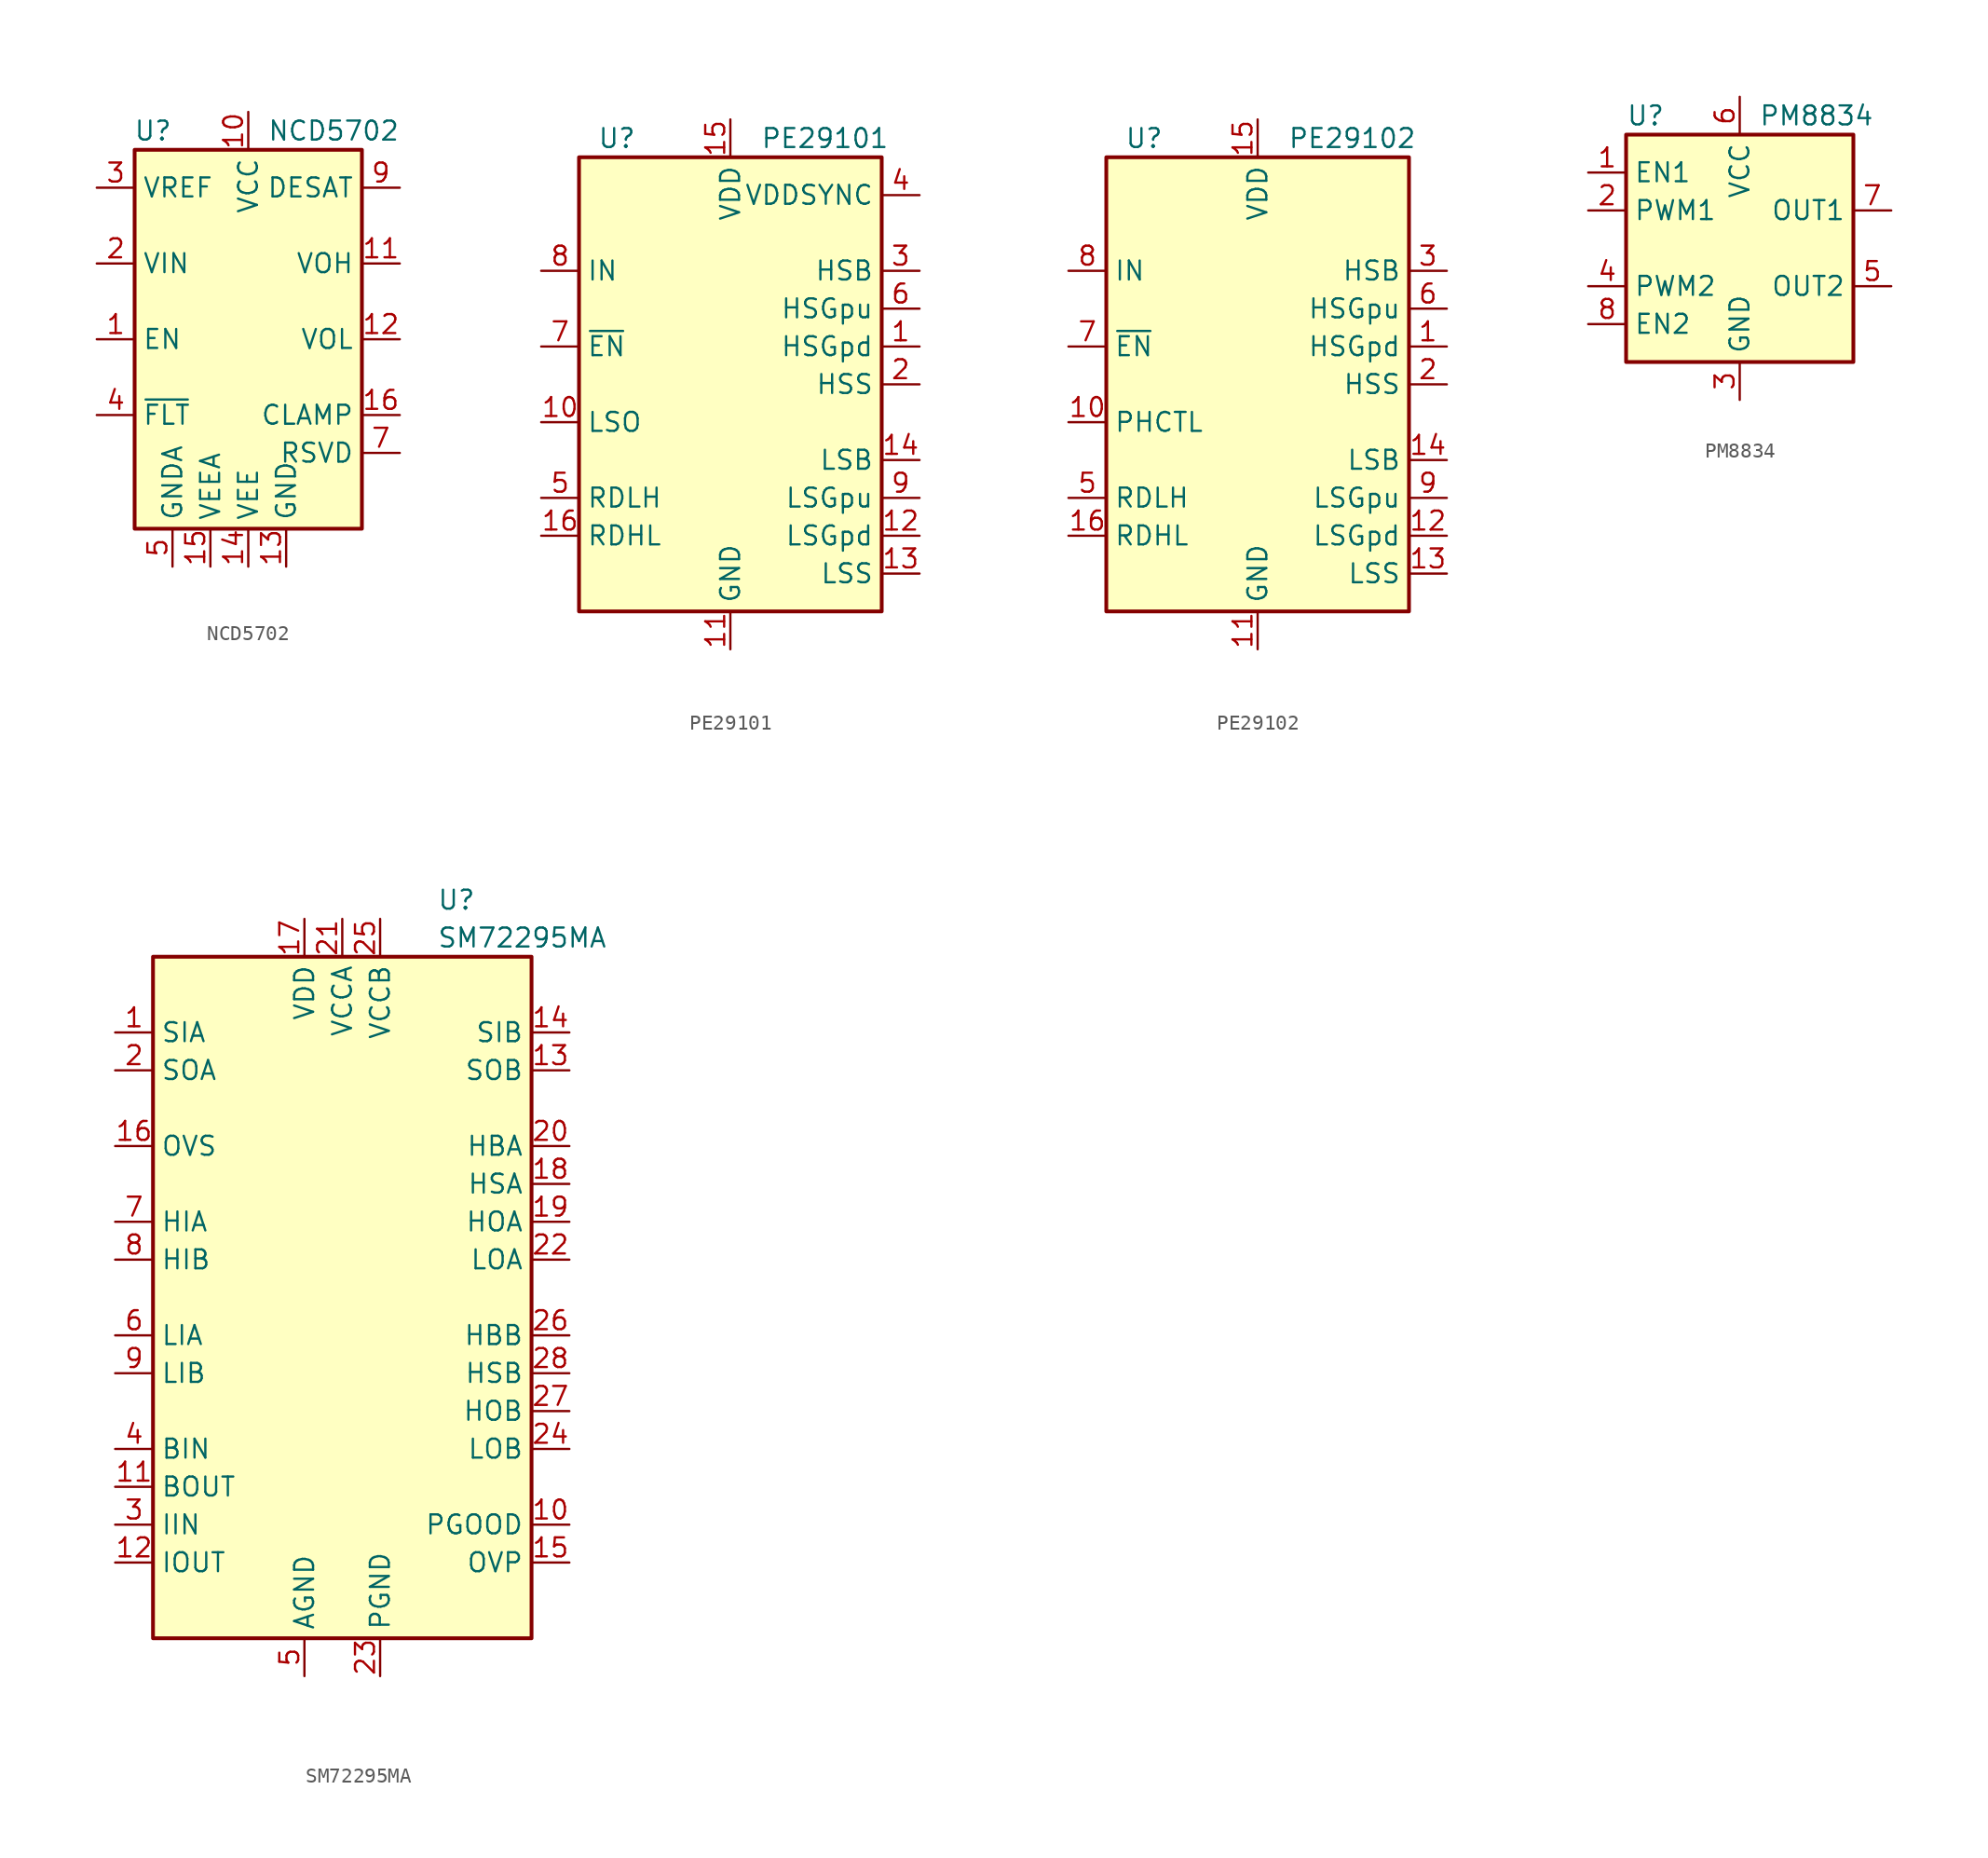
<source format=kicad_sym>
(kicad_symbol_lib
  (version 20241209)
  (generator "kicad_symbol_editor")
  (generator_version "9.0")
  (symbol "NCD5702"
    (property "Reference" "U"
      (at -5.08 13.97 0)
      (effects (font (size 1.27 1.27)) (justify right)))
    (property "Value" "NCD5702"
      (at 1.27 13.97 0)
      (effects (font (size 1.27 1.27)) (justify left)))
    (symbol "NCD5702_0_1"
      (rectangle (start -7.62 12.7) (end 7.62 -12.7) (stroke (width 0.254) (type default)) (fill (type background))))
    (symbol "NCD5702_1_1"
      (pin power_out line (at -10.16 10.16 0) (length 2.54) (name "VREF" (effects (font (size 1.27 1.27)))) (number "3" (effects (font (size 1.27 1.27)))))
      (pin input line (at -10.16 5.08 0) (length 2.54) (name "VIN" (effects (font (size 1.27 1.27)))) (number "2" (effects (font (size 1.27 1.27)))))
      (pin input line (at -10.16 0 0) (length 2.54) (name "EN" (effects (font (size 1.27 1.27)))) (number "1" (effects (font (size 1.27 1.27)))))
      (pin open_collector line (at -10.16 -5.08 0) (length 2.54) (name "~{FLT}" (effects (font (size 1.27 1.27)))) (number "4" (effects (font (size 1.27 1.27)))))
      (pin no_connect line (at -7.62 7.62 0) (length 2.54) (hide yes) (name "NC" (effects (font (size 1.27 1.27)))) (number "6" (effects (font (size 1.27 1.27)))))
      (pin no_connect line (at -7.62 2.54 0) (length 2.54) (hide yes) (name "NC" (effects (font (size 1.27 1.27)))) (number "8" (effects (font (size 1.27 1.27)))))
      (pin power_in line (at -5.08 -15.24 90) (length 2.54) (name "GNDA" (effects (font (size 1.27 1.27)))) (number "5" (effects (font (size 1.27 1.27)))))
      (pin power_in line (at -2.54 -15.24 90) (length 2.54) (name "VEEA" (effects (font (size 1.27 1.27)))) (number "15" (effects (font (size 1.27 1.27)))))
      (pin power_in line (at 0 15.24 270) (length 2.54) (name "VCC" (effects (font (size 1.27 1.27)))) (number "10" (effects (font (size 1.27 1.27)))))
      (pin power_in line (at 0 -15.24 90) (length 2.54) (name "VEE" (effects (font (size 1.27 1.27)))) (number "14" (effects (font (size 1.27 1.27)))))
      (pin power_in line (at 2.54 -15.24 90) (length 2.54) (name "GND" (effects (font (size 1.27 1.27)))) (number "13" (effects (font (size 1.27 1.27)))))
      (pin input line (at 10.16 10.16 180) (length 2.54) (name "DESAT" (effects (font (size 1.27 1.27)))) (number "9" (effects (font (size 1.27 1.27)))))
      (pin open_emitter line (at 10.16 5.08 180) (length 2.54) (name "VOH" (effects (font (size 1.27 1.27)))) (number "11" (effects (font (size 1.27 1.27)))))
      (pin open_collector line (at 10.16 0 180) (length 2.54) (name "VOL" (effects (font (size 1.27 1.27)))) (number "12" (effects (font (size 1.27 1.27)))))
      (pin open_collector line (at 10.16 -5.08 180) (length 2.54) (name "CLAMP" (effects (font (size 1.27 1.27)))) (number "16" (effects (font (size 1.27 1.27)))))
      (pin passive line (at 10.16 -7.62 180) (length 2.54) (name "RSVD" (effects (font (size 1.27 1.27)))) (number "7" (effects (font (size 1.27 1.27)))))))
  (symbol "PE29101"
    (property "Reference" "U"
      (at -7.62 16.51 0)
      (effects (font (size 1.27 1.27))))
    (property "Value" "PE29101"
      (at 6.35 16.51 0)
      (effects (font (size 1.27 1.27))))
    (symbol "PE29101_0_1"
      (rectangle (start 10.16 15.24) (end -10.16 -15.24) (stroke (width 0.254) (type default)) (fill (type background))))
    (symbol "PE29101_1_1"
      (pin input line (at -12.7 7.62 0) (length 2.54) (name "IN" (effects (font (size 1.27 1.27)))) (number "8" (effects (font (size 1.27 1.27)))))
      (pin input line (at -12.7 2.54 0) (length 2.54) (name "~{EN}" (effects (font (size 1.27 1.27)))) (number "7" (effects (font (size 1.27 1.27)))))
      (pin output line (at -12.7 -2.54 0) (length 2.54) (name "LSO" (effects (font (size 1.27 1.27)))) (number "10" (effects (font (size 1.27 1.27)))))
      (pin passive line (at -12.7 -7.62 0) (length 2.54) (name "RDLH" (effects (font (size 1.27 1.27)))) (number "5" (effects (font (size 1.27 1.27)))))
      (pin passive line (at -12.7 -10.16 0) (length 2.54) (name "RDHL" (effects (font (size 1.27 1.27)))) (number "16" (effects (font (size 1.27 1.27)))))
      (pin power_in line (at 0 17.78 270) (length 2.54) (name "VDD" (effects (font (size 1.27 1.27)))) (number "15" (effects (font (size 1.27 1.27)))))
      (pin power_in line (at 0 -17.78 90) (length 2.54) (name "GND" (effects (font (size 1.27 1.27)))) (number "11" (effects (font (size 1.27 1.27)))))
      (pin passive line (at 12.7 12.7 180) (length 2.54) (name "VDDSYNC" (effects (font (size 1.27 1.27)))) (number "4" (effects (font (size 1.27 1.27)))))
      (pin input line (at 12.7 7.62 180) (length 2.54) (name "HSB" (effects (font (size 1.27 1.27)))) (number "3" (effects (font (size 1.27 1.27)))))
      (pin output line (at 12.7 5.08 180) (length 2.54) (name "HSGpu" (effects (font (size 1.27 1.27)))) (number "6" (effects (font (size 1.27 1.27)))))
      (pin output line (at 12.7 2.54 180) (length 2.54) (name "HSGpd" (effects (font (size 1.27 1.27)))) (number "1" (effects (font (size 1.27 1.27)))))
      (pin passive line (at 12.7 0 180) (length 2.54) (name "HSS" (effects (font (size 1.27 1.27)))) (number "2" (effects (font (size 1.27 1.27)))))
      (pin input line (at 12.7 -5.08 180) (length 2.54) (name "LSB" (effects (font (size 1.27 1.27)))) (number "14" (effects (font (size 1.27 1.27)))))
      (pin output line (at 12.7 -7.62 180) (length 2.54) (name "LSGpu" (effects (font (size 1.27 1.27)))) (number "9" (effects (font (size 1.27 1.27)))))
      (pin output line (at 12.7 -10.16 180) (length 2.54) (name "LSGpd" (effects (font (size 1.27 1.27)))) (number "12" (effects (font (size 1.27 1.27)))))
      (pin passive line (at 12.7 -12.7 180) (length 2.54) (name "LSS" (effects (font (size 1.27 1.27)))) (number "13" (effects (font (size 1.27 1.27)))))))
  (symbol "PE29102"
    (property "Reference" "U"
      (at -7.62 16.51 0)
      (effects (font (size 1.27 1.27))))
    (property "Value" "PE29102"
      (at 6.35 16.51 0)
      (effects (font (size 1.27 1.27))))
    (symbol "PE29102_0_1"
      (rectangle (start 10.16 15.24) (end -10.16 -15.24) (stroke (width 0.254) (type default)) (fill (type background))))
    (symbol "PE29102_1_1"
      (pin input line (at -12.7 7.62 0) (length 2.54) (name "IN" (effects (font (size 1.27 1.27)))) (number "8" (effects (font (size 1.27 1.27)))))
      (pin input line (at -12.7 2.54 0) (length 2.54) (name "~{EN}" (effects (font (size 1.27 1.27)))) (number "7" (effects (font (size 1.27 1.27)))))
      (pin input line (at -12.7 -2.54 0) (length 2.54) (name "PHCTL" (effects (font (size 1.27 1.27)))) (number "10" (effects (font (size 1.27 1.27)))))
      (pin passive line (at -12.7 -7.62 0) (length 2.54) (name "RDLH" (effects (font (size 1.27 1.27)))) (number "5" (effects (font (size 1.27 1.27)))))
      (pin passive line (at -12.7 -10.16 0) (length 2.54) (name "RDHL" (effects (font (size 1.27 1.27)))) (number "16" (effects (font (size 1.27 1.27)))))
      (pin power_in line (at 0 17.78 270) (length 2.54) (name "VDD" (effects (font (size 1.27 1.27)))) (number "15" (effects (font (size 1.27 1.27)))))
      (pin power_in line (at 0 -17.78 90) (length 2.54) (name "GND" (effects (font (size 1.27 1.27)))) (number "11" (effects (font (size 1.27 1.27)))))
      (pin no_connect line (at 10.16 12.7 180) (length 2.54) (hide yes) (name "NC" (effects (font (size 1.27 1.27)))) (number "4" (effects (font (size 1.27 1.27)))))
      (pin input line (at 12.7 7.62 180) (length 2.54) (name "HSB" (effects (font (size 1.27 1.27)))) (number "3" (effects (font (size 1.27 1.27)))))
      (pin output line (at 12.7 5.08 180) (length 2.54) (name "HSGpu" (effects (font (size 1.27 1.27)))) (number "6" (effects (font (size 1.27 1.27)))))
      (pin output line (at 12.7 2.54 180) (length 2.54) (name "HSGpd" (effects (font (size 1.27 1.27)))) (number "1" (effects (font (size 1.27 1.27)))))
      (pin passive line (at 12.7 0 180) (length 2.54) (name "HSS" (effects (font (size 1.27 1.27)))) (number "2" (effects (font (size 1.27 1.27)))))
      (pin input line (at 12.7 -5.08 180) (length 2.54) (name "LSB" (effects (font (size 1.27 1.27)))) (number "14" (effects (font (size 1.27 1.27)))))
      (pin output line (at 12.7 -7.62 180) (length 2.54) (name "LSGpu" (effects (font (size 1.27 1.27)))) (number "9" (effects (font (size 1.27 1.27)))))
      (pin output line (at 12.7 -10.16 180) (length 2.54) (name "LSGpd" (effects (font (size 1.27 1.27)))) (number "12" (effects (font (size 1.27 1.27)))))
      (pin passive line (at 12.7 -12.7 180) (length 2.54) (name "LSS" (effects (font (size 1.27 1.27)))) (number "13" (effects (font (size 1.27 1.27)))))))
  (symbol "PM8834"
    (property "Reference" "U"
      (at -7.62 8.89 0)
      (effects (font (size 1.27 1.27)) (justify left)))
    (property "Value" "PM8834"
      (at 1.27 8.89 0)
      (effects (font (size 1.27 1.27)) (justify left)))
    (symbol "PM8834_0_1"
      (rectangle (start -7.62 7.62) (end 7.62 -7.62) (stroke (width 0.254) (type default)) (fill (type background))))
    (symbol "PM8834_1_1"
      (pin input line (at -10.16 5.08 0) (length 2.54) (name "EN1" (effects (font (size 1.27 1.27)))) (number "1" (effects (font (size 1.27 1.27)))))
      (pin input line (at -10.16 2.54 0) (length 2.54) (name "PWM1" (effects (font (size 1.27 1.27)))) (number "2" (effects (font (size 1.27 1.27)))))
      (pin input line (at -10.16 -2.54 0) (length 2.54) (name "PWM2" (effects (font (size 1.27 1.27)))) (number "4" (effects (font (size 1.27 1.27)))))
      (pin input line (at -10.16 -5.08 0) (length 2.54) (name "EN2" (effects (font (size 1.27 1.27)))) (number "8" (effects (font (size 1.27 1.27)))))
      (pin power_in line (at 0 10.16 270) (length 2.54) (name "VCC" (effects (font (size 1.27 1.27)))) (number "6" (effects (font (size 1.27 1.27)))))
      (pin power_in line (at 0 -10.16 90) (length 2.54) (name "GND" (effects (font (size 1.27 1.27)))) (number "3" (effects (font (size 1.27 1.27)))))
      (pin output line (at 10.16 2.54 180) (length 2.54) (name "OUT1" (effects (font (size 1.27 1.27)))) (number "7" (effects (font (size 1.27 1.27)))))
      (pin output line (at 10.16 -2.54 180) (length 2.54) (name "OUT2" (effects (font (size 1.27 1.27)))) (number "5" (effects (font (size 1.27 1.27)))))))
  (symbol "SM72295MA"
    (property "Reference" "U"
      (at 6.35 26.67 0)
      (effects (font (size 1.27 1.27)) (justify left)))
    (property "Value" "SM72295MA"
      (at 6.35 24.13 0)
      (effects (font (size 1.27 1.27)) (justify left)))
    (symbol "SM72295MA_0_1"
      (rectangle (start -12.7 -22.86) (end 12.7 22.86) (stroke (width 0.254) (type default)) (fill (type background))))
    (symbol "SM72295MA_1_1"
      (pin input line (at -15.24 17.78 0) (length 2.54) (name "SIA" (effects (font (size 1.27 1.27)))) (number "1" (effects (font (size 1.27 1.27)))))
      (pin input line (at -15.24 15.24 0) (length 2.54) (name "SOA" (effects (font (size 1.27 1.27)))) (number "2" (effects (font (size 1.27 1.27)))))
      (pin input line (at -15.24 10.16 0) (length 2.54) (name "OVS" (effects (font (size 1.27 1.27)))) (number "16" (effects (font (size 1.27 1.27)))))
      (pin input line (at -15.24 5.08 0) (length 2.54) (name "HIA" (effects (font (size 1.27 1.27)))) (number "7" (effects (font (size 1.27 1.27)))))
      (pin input line (at -15.24 2.54 0) (length 2.54) (name "HIB" (effects (font (size 1.27 1.27)))) (number "8" (effects (font (size 1.27 1.27)))))
      (pin input line (at -15.24 -2.54 0) (length 2.54) (name "LIA" (effects (font (size 1.27 1.27)))) (number "6" (effects (font (size 1.27 1.27)))))
      (pin input line (at -15.24 -5.08 0) (length 2.54) (name "LIB" (effects (font (size 1.27 1.27)))) (number "9" (effects (font (size 1.27 1.27)))))
      (pin output line (at -15.24 -10.16 0) (length 2.54) (name "BIN" (effects (font (size 1.27 1.27)))) (number "4" (effects (font (size 1.27 1.27)))))
      (pin output line (at -15.24 -12.7 0) (length 2.54) (name "BOUT" (effects (font (size 1.27 1.27)))) (number "11" (effects (font (size 1.27 1.27)))))
      (pin passive line (at -15.24 -15.24 0) (length 2.54) (name "IIN" (effects (font (size 1.27 1.27)))) (number "3" (effects (font (size 1.27 1.27)))))
      (pin passive line (at -15.24 -17.78 0) (length 2.54) (name "IOUT" (effects (font (size 1.27 1.27)))) (number "12" (effects (font (size 1.27 1.27)))))
      (pin power_in line (at -2.54 25.4 270) (length 2.54) (name "VDD" (effects (font (size 1.27 1.27)))) (number "17" (effects (font (size 1.27 1.27)))))
      (pin power_in line (at -2.54 -25.4 90) (length 2.54) (name "AGND" (effects (font (size 1.27 1.27)))) (number "5" (effects (font (size 1.27 1.27)))))
      (pin power_in line (at 0 25.4 270) (length 2.54) (name "VCCA" (effects (font (size 1.27 1.27)))) (number "21" (effects (font (size 1.27 1.27)))))
      (pin power_in line (at 2.54 25.4 270) (length 2.54) (name "VCCB" (effects (font (size 1.27 1.27)))) (number "25" (effects (font (size 1.27 1.27)))))
      (pin power_in line (at 2.54 -25.4 90) (length 2.54) (name "PGND" (effects (font (size 1.27 1.27)))) (number "23" (effects (font (size 1.27 1.27)))))
      (pin input line (at 15.24 17.78 180) (length 2.54) (name "SIB" (effects (font (size 1.27 1.27)))) (number "14" (effects (font (size 1.27 1.27)))))
      (pin input line (at 15.24 15.24 180) (length 2.54) (name "SOB" (effects (font (size 1.27 1.27)))) (number "13" (effects (font (size 1.27 1.27)))))
      (pin passive line (at 15.24 10.16 180) (length 2.54) (name "HBA" (effects (font (size 1.27 1.27)))) (number "20" (effects (font (size 1.27 1.27)))))
      (pin passive line (at 15.24 7.62 180) (length 2.54) (name "HSA" (effects (font (size 1.27 1.27)))) (number "18" (effects (font (size 1.27 1.27)))))
      (pin output line (at 15.24 5.08 180) (length 2.54) (name "HOA" (effects (font (size 1.27 1.27)))) (number "19" (effects (font (size 1.27 1.27)))))
      (pin output line (at 15.24 2.54 180) (length 2.54) (name "LOA" (effects (font (size 1.27 1.27)))) (number "22" (effects (font (size 1.27 1.27)))))
      (pin passive line (at 15.24 -2.54 180) (length 2.54) (name "HBB" (effects (font (size 1.27 1.27)))) (number "26" (effects (font (size 1.27 1.27)))))
      (pin passive line (at 15.24 -5.08 180) (length 2.54) (name "HSB" (effects (font (size 1.27 1.27)))) (number "28" (effects (font (size 1.27 1.27)))))
      (pin output line (at 15.24 -7.62 180) (length 2.54) (name "HOB" (effects (font (size 1.27 1.27)))) (number "27" (effects (font (size 1.27 1.27)))))
      (pin output line (at 15.24 -10.16 180) (length 2.54) (name "LOB" (effects (font (size 1.27 1.27)))) (number "24" (effects (font (size 1.27 1.27)))))
      (pin open_collector line (at 15.24 -15.24 180) (length 2.54) (name "PGOOD" (effects (font (size 1.27 1.27)))) (number "10" (effects (font (size 1.27 1.27)))))
      (pin open_collector line (at 15.24 -17.78 180) (length 2.54) (name "OVP" (effects (font (size 1.27 1.27)))) (number "15" (effects (font (size 1.27 1.27))))))))
</source>
